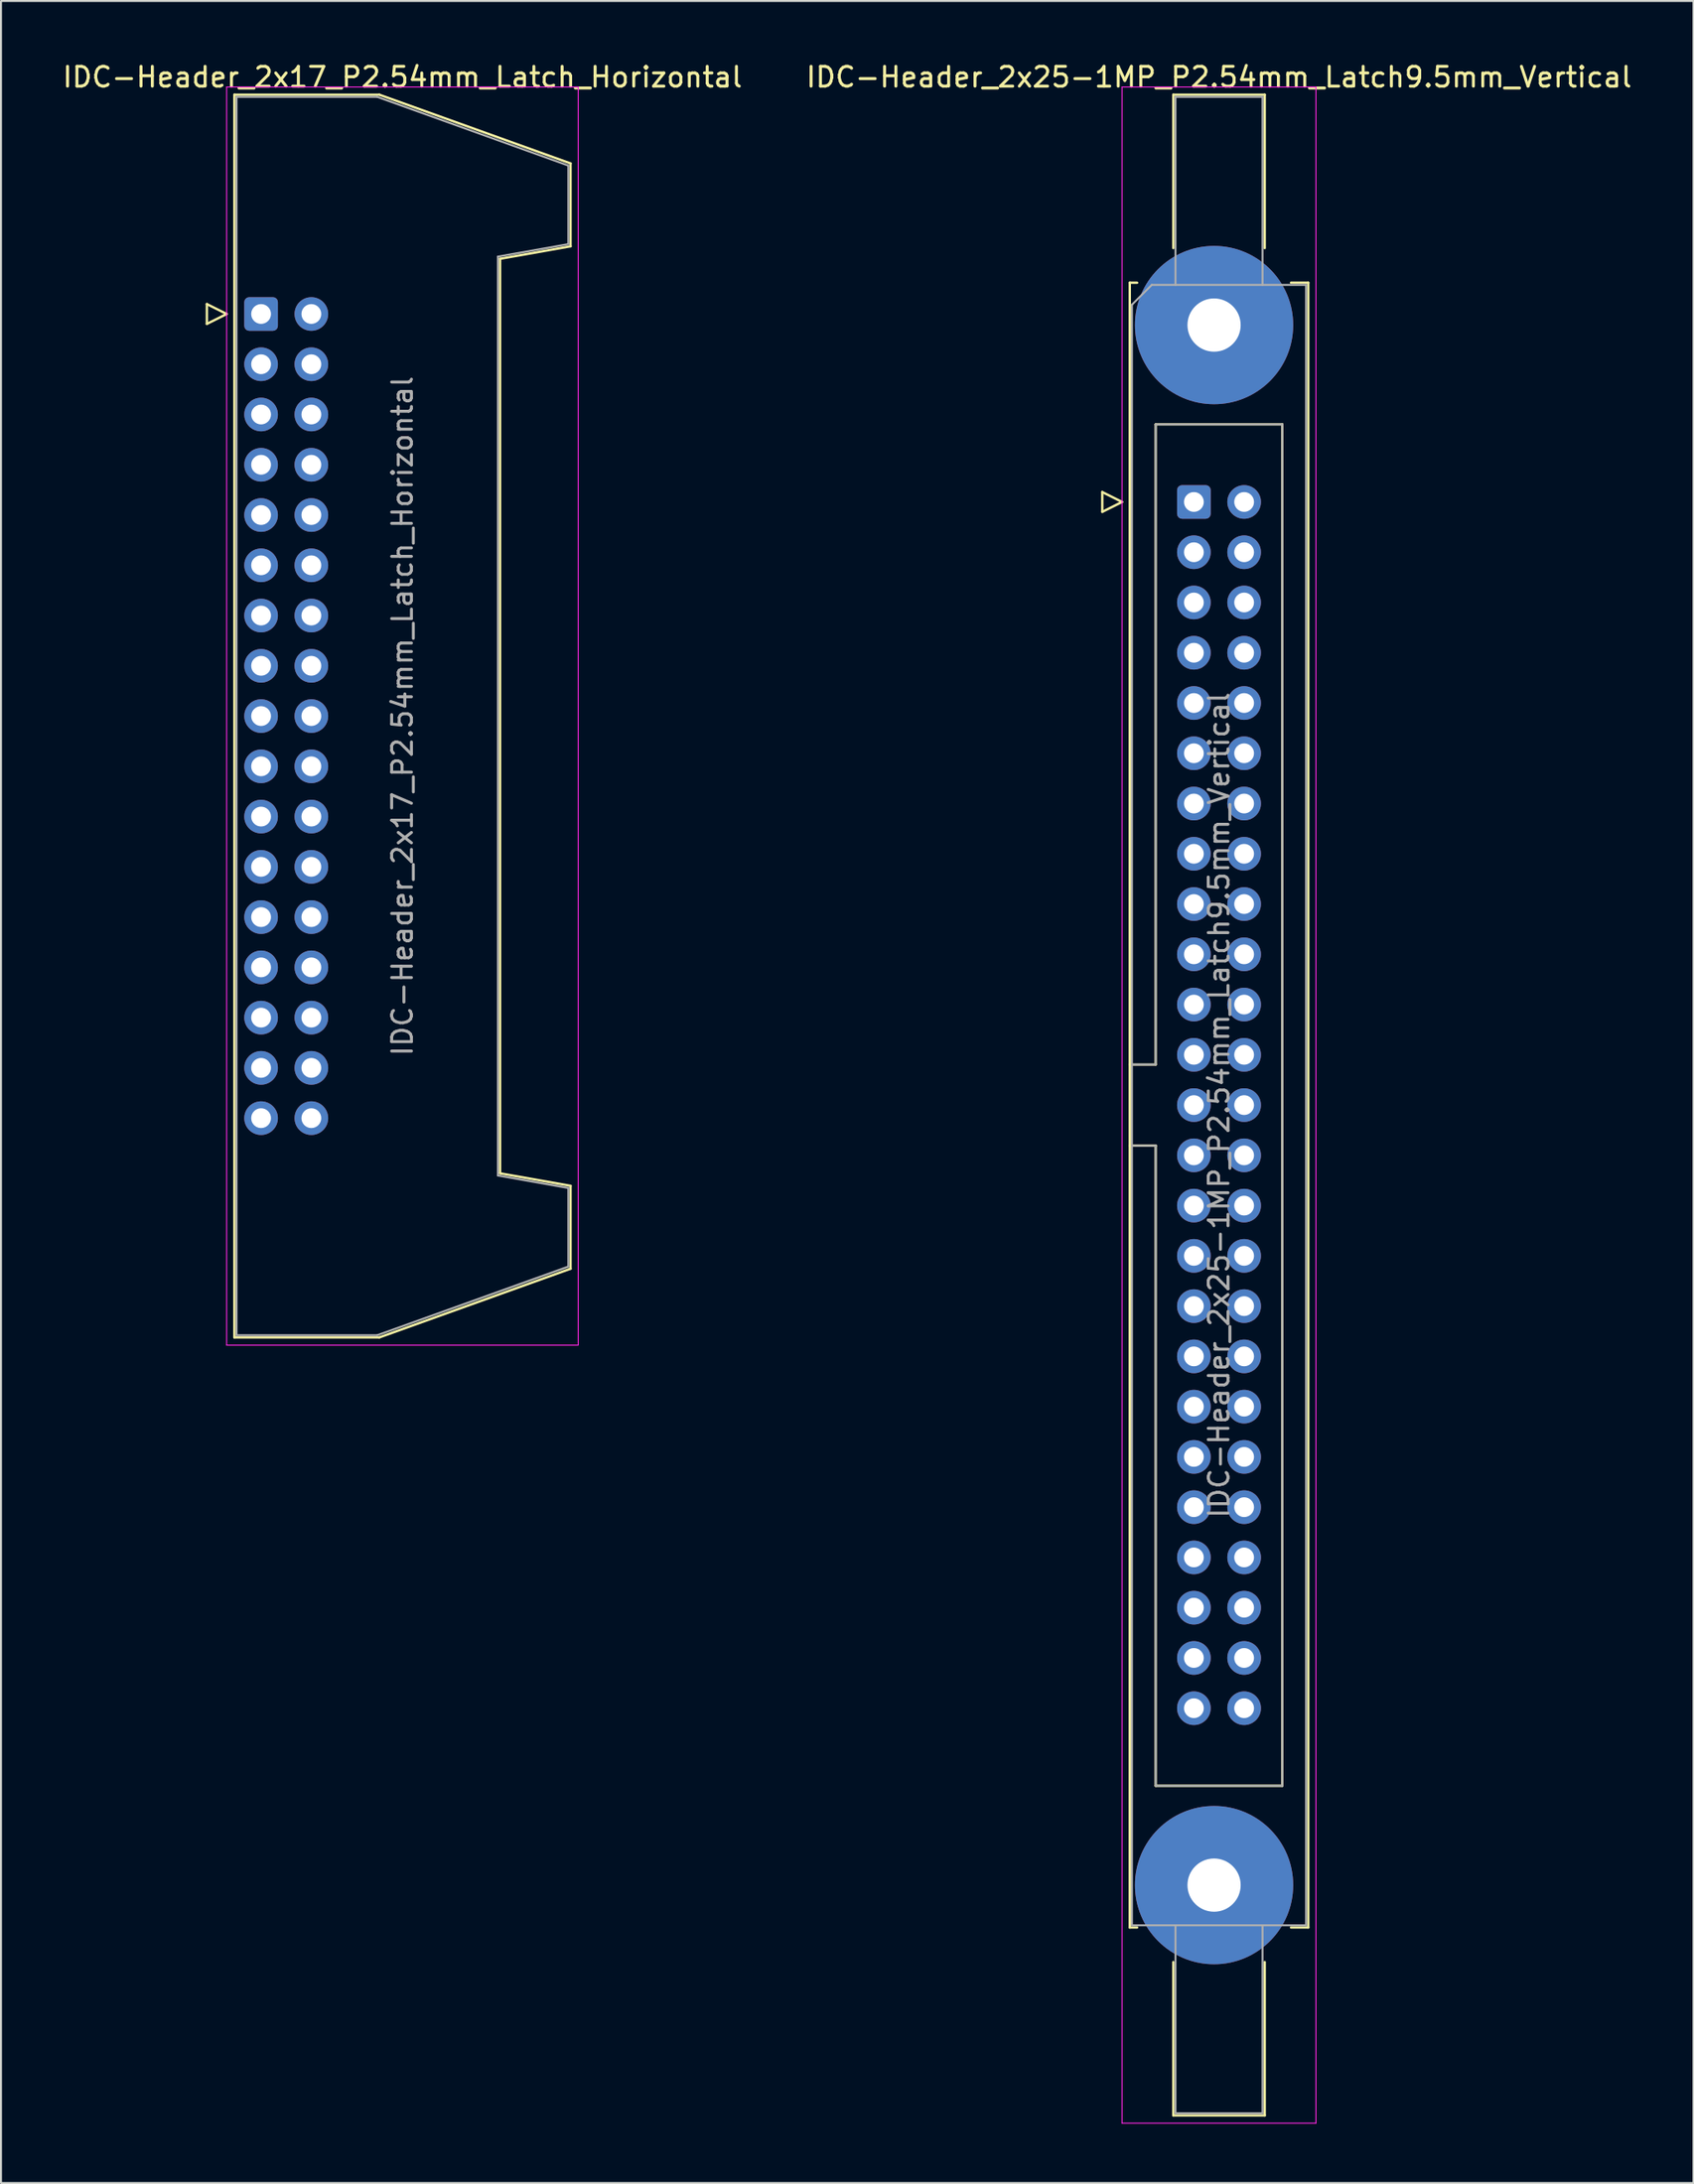
<source format=kicad_pcb>
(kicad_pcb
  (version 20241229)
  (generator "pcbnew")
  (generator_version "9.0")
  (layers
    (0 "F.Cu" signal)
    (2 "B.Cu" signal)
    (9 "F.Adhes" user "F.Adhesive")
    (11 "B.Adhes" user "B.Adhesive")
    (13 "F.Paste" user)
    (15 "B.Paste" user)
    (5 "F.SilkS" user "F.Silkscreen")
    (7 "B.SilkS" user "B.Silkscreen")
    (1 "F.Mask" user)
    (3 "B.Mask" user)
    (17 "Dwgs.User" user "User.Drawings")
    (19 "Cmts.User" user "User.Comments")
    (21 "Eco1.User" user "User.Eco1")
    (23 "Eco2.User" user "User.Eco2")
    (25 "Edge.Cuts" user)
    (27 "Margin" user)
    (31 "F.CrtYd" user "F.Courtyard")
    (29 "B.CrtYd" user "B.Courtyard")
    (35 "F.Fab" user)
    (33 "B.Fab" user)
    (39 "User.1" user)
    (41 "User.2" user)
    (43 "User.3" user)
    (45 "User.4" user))
  (footprint "IDC-Header_2x25-1MP_P2.54mm_Latch9.5mm_Vertical"
    (layer "F.Cu")
    (at 57.295 22.318)
    (property "Reference" "IDC-Header_2x25-1MP_P2.54mm_Latch9.5mm_Vertical" (at 1.27 -21.47 0) (layer "F.SilkS") (effects (font (size 1 1) (thickness 0.15))))
    (attr through_hole)
    (fp_line (start -4.63 -0.5) (end -4.63 0.5) (stroke (width 0.12) (type solid)) (layer "F.SilkS"))
    (fp_line (start -4.63 0.5) (end -3.63 0) (stroke (width 0.12) (type solid)) (layer "F.SilkS"))
    (fp_line (start -3.63 0) (end -4.63 -0.5) (stroke (width 0.12) (type solid)) (layer "F.SilkS"))
    (fp_line (start -3.24 -11.08) (end -3.24 72.04) (stroke (width 0.12) (type solid)) (layer "F.SilkS"))
    (fp_line (start -3.24 28.43) (end -1.93 28.43) (stroke (width 0.12) (type solid)) (layer "F.SilkS"))
    (fp_line (start -3.24 72.04) (end -2.87 72.04) (stroke (width 0.12) (type solid)) (layer "F.SilkS"))
    (fp_line (start -2.87 -11.08) (end -3.24 -11.08) (stroke (width 0.12) (type solid)) (layer "F.SilkS"))
    (fp_line (start -1.93 -3.92) (end 4.47 -3.92) (stroke (width 0.12) (type solid)) (layer "F.SilkS"))
    (fp_line (start -1.93 28.43) (end -1.93 -3.92) (stroke (width 0.12) (type solid)) (layer "F.SilkS"))
    (fp_line (start -1.93 32.53) (end -3.24 32.53) (stroke (width 0.12) (type solid)) (layer "F.SilkS"))
    (fp_line (start -1.93 32.53) (end -1.93 32.53) (stroke (width 0.12) (type solid)) (layer "F.SilkS"))
    (fp_line (start -1.93 64.88) (end -1.93 32.53) (stroke (width 0.12) (type solid)) (layer "F.SilkS"))
    (fp_line (start -1.04 -20.58) (end 3.58 -20.58) (stroke (width 0.12) (type solid)) (layer "F.SilkS"))
    (fp_line (start -1.04 -12.83) (end -1.04 -20.58) (stroke (width 0.12) (type solid)) (layer "F.SilkS"))
    (fp_line (start -1.04 73.79) (end -1.04 81.54) (stroke (width 0.12) (type solid)) (layer "F.SilkS"))
    (fp_line (start -1.04 81.54) (end 3.58 81.54) (stroke (width 0.12) (type solid)) (layer "F.SilkS"))
    (fp_line (start 3.58 -20.58) (end 3.58 -12.83) (stroke (width 0.12) (type solid)) (layer "F.SilkS"))
    (fp_line (start 3.58 81.54) (end 3.58 73.79) (stroke (width 0.12) (type solid)) (layer "F.SilkS"))
    (fp_line (start 4.47 -3.92) (end 4.47 64.88) (stroke (width 0.12) (type solid)) (layer "F.SilkS"))
    (fp_line (start 4.47 64.88) (end -1.93 64.88) (stroke (width 0.12) (type solid)) (layer "F.SilkS"))
    (fp_line (start 4.91 -11.08) (end 5.78 -11.08) (stroke (width 0.12) (type solid)) (layer "F.SilkS"))
    (fp_line (start 5.78 -11.08) (end 5.78 72.04) (stroke (width 0.12) (type solid)) (layer "F.SilkS"))
    (fp_line (start 5.78 72.04) (end 4.91 72.04) (stroke (width 0.12) (type solid)) (layer "F.SilkS"))
    (fp_line (start -3.63 -20.97) (end -3.63 81.93) (stroke (width 0.05) (type solid)) (layer "F.CrtYd"))
    (fp_line (start -3.63 81.93) (end 6.17 81.93) (stroke (width 0.05) (type solid)) (layer "F.CrtYd"))
    (fp_line (start 6.17 -20.97) (end -3.63 -20.97) (stroke (width 0.05) (type solid)) (layer "F.CrtYd"))
    (fp_line (start 6.17 81.93) (end 6.17 -20.97) (stroke (width 0.05) (type solid)) (layer "F.CrtYd"))
    (fp_line (start -3.13 -9.97) (end -2.13 -10.97) (stroke (width 0.1) (type solid)) (layer "F.Fab"))
    (fp_line (start -3.13 28.43) (end -1.93 28.43) (stroke (width 0.1) (type solid)) (layer "F.Fab"))
    (fp_line (start -3.13 71.93) (end -3.13 -9.97) (stroke (width 0.1) (type solid)) (layer "F.Fab"))
    (fp_line (start -2.13 -10.97) (end 5.67 -10.97) (stroke (width 0.1) (type solid)) (layer "F.Fab"))
    (fp_line (start -1.93 -3.92) (end 4.47 -3.92) (stroke (width 0.1) (type solid)) (layer "F.Fab"))
    (fp_line (start -1.93 28.43) (end -1.93 -3.92) (stroke (width 0.1) (type solid)) (layer "F.Fab"))
    (fp_line (start -1.93 32.53) (end -3.13 32.53) (stroke (width 0.1) (type solid)) (layer "F.Fab"))
    (fp_line (start -1.93 32.53) (end -1.93 32.53) (stroke (width 0.1) (type solid)) (layer "F.Fab"))
    (fp_line (start -1.93 64.88) (end -1.93 32.53) (stroke (width 0.1) (type solid)) (layer "F.Fab"))
    (fp_line (start -0.93 -20.47) (end 3.47 -20.47) (stroke (width 0.1) (type solid)) (layer "F.Fab"))
    (fp_line (start -0.93 -10.97) (end -0.93 -20.47) (stroke (width 0.1) (type solid)) (layer "F.Fab"))
    (fp_line (start -0.93 71.93) (end -0.93 81.43) (stroke (width 0.1) (type solid)) (layer "F.Fab"))
    (fp_line (start -0.93 81.43) (end 3.47 81.43) (stroke (width 0.1) (type solid)) (layer "F.Fab"))
    (fp_line (start 3.47 -20.47) (end 3.47 -10.97) (stroke (width 0.1) (type solid)) (layer "F.Fab"))
    (fp_line (start 3.47 81.43) (end 3.47 71.93) (stroke (width 0.1) (type solid)) (layer "F.Fab"))
    (fp_line (start 4.47 -3.92) (end 4.47 64.88) (stroke (width 0.1) (type solid)) (layer "F.Fab"))
    (fp_line (start 4.47 64.88) (end -1.93 64.88) (stroke (width 0.1) (type solid)) (layer "F.Fab"))
    (fp_line (start 5.67 -10.97) (end 5.67 71.93) (stroke (width 0.1) (type solid)) (layer "F.Fab"))
    (fp_line (start 5.67 71.93) (end -3.13 71.93) (stroke (width 0.1) (type solid)) (layer "F.Fab"))
    (fp_text user "${REFERENCE}" (at 1.27 30.48 90) (layer "F.Fab") (effects (font (size 1 1) (thickness 0.15))))
    (pad "1" thru_hole roundrect (at 0 0) (size 1.7 1.7) (drill 1) (layers "*.Cu" "*.Mask") (roundrect_rratio 0.147))
    (pad "2" thru_hole circle (at 2.54 0) (size 1.7 1.7) (drill 1) (layers "*.Cu" "*.Mask"))
    (pad "3" thru_hole circle (at 0 2.54) (size 1.7 1.7) (drill 1) (layers "*.Cu" "*.Mask"))
    (pad "4" thru_hole circle (at 2.54 2.54) (size 1.7 1.7) (drill 1) (layers "*.Cu" "*.Mask"))
    (pad "5" thru_hole circle (at 0 5.08) (size 1.7 1.7) (drill 1) (layers "*.Cu" "*.Mask"))
    (pad "6" thru_hole circle (at 2.54 5.08) (size 1.7 1.7) (drill 1) (layers "*.Cu" "*.Mask"))
    (pad "7" thru_hole circle (at 0 7.62) (size 1.7 1.7) (drill 1) (layers "*.Cu" "*.Mask"))
    (pad "8" thru_hole circle (at 2.54 7.62) (size 1.7 1.7) (drill 1) (layers "*.Cu" "*.Mask"))
    (pad "9" thru_hole circle (at 0 10.16) (size 1.7 1.7) (drill 1) (layers "*.Cu" "*.Mask"))
    (pad "10" thru_hole circle (at 2.54 10.16) (size 1.7 1.7) (drill 1) (layers "*.Cu" "*.Mask"))
    (pad "11" thru_hole circle (at 0 12.7) (size 1.7 1.7) (drill 1) (layers "*.Cu" "*.Mask"))
    (pad "12" thru_hole circle (at 2.54 12.7) (size 1.7 1.7) (drill 1) (layers "*.Cu" "*.Mask"))
    (pad "13" thru_hole circle (at 0 15.24) (size 1.7 1.7) (drill 1) (layers "*.Cu" "*.Mask"))
    (pad "14" thru_hole circle (at 2.54 15.24) (size 1.7 1.7) (drill 1) (layers "*.Cu" "*.Mask"))
    (pad "15" thru_hole circle (at 0 17.78) (size 1.7 1.7) (drill 1) (layers "*.Cu" "*.Mask"))
    (pad "16" thru_hole circle (at 2.54 17.78) (size 1.7 1.7) (drill 1) (layers "*.Cu" "*.Mask"))
    (pad "17" thru_hole circle (at 0 20.32) (size 1.7 1.7) (drill 1) (layers "*.Cu" "*.Mask"))
    (pad "18" thru_hole circle (at 2.54 20.32) (size 1.7 1.7) (drill 1) (layers "*.Cu" "*.Mask"))
    (pad "19" thru_hole circle (at 0 22.86) (size 1.7 1.7) (drill 1) (layers "*.Cu" "*.Mask"))
    (pad "20" thru_hole circle (at 2.54 22.86) (size 1.7 1.7) (drill 1) (layers "*.Cu" "*.Mask"))
    (pad "21" thru_hole circle (at 0 25.4) (size 1.7 1.7) (drill 1) (layers "*.Cu" "*.Mask"))
    (pad "22" thru_hole circle (at 2.54 25.4) (size 1.7 1.7) (drill 1) (layers "*.Cu" "*.Mask"))
    (pad "23" thru_hole circle (at 0 27.94) (size 1.7 1.7) (drill 1) (layers "*.Cu" "*.Mask"))
    (pad "24" thru_hole circle (at 2.54 27.94) (size 1.7 1.7) (drill 1) (layers "*.Cu" "*.Mask"))
    (pad "25" thru_hole circle (at 0 30.48) (size 1.7 1.7) (drill 1) (layers "*.Cu" "*.Mask"))
    (pad "26" thru_hole circle (at 2.54 30.48) (size 1.7 1.7) (drill 1) (layers "*.Cu" "*.Mask"))
    (pad "27" thru_hole circle (at 0 33.02) (size 1.7 1.7) (drill 1) (layers "*.Cu" "*.Mask"))
    (pad "28" thru_hole circle (at 2.54 33.02) (size 1.7 1.7) (drill 1) (layers "*.Cu" "*.Mask"))
    (pad "29" thru_hole circle (at 0 35.56) (size 1.7 1.7) (drill 1) (layers "*.Cu" "*.Mask"))
    (pad "30" thru_hole circle (at 2.54 35.56) (size 1.7 1.7) (drill 1) (layers "*.Cu" "*.Mask"))
    (pad "31" thru_hole circle (at 0 38.1) (size 1.7 1.7) (drill 1) (layers "*.Cu" "*.Mask"))
    (pad "32" thru_hole circle (at 2.54 38.1) (size 1.7 1.7) (drill 1) (layers "*.Cu" "*.Mask"))
    (pad "33" thru_hole circle (at 0 40.64) (size 1.7 1.7) (drill 1) (layers "*.Cu" "*.Mask"))
    (pad "34" thru_hole circle (at 2.54 40.64) (size 1.7 1.7) (drill 1) (layers "*.Cu" "*.Mask"))
    (pad "35" thru_hole circle (at 0 43.18) (size 1.7 1.7) (drill 1) (layers "*.Cu" "*.Mask"))
    (pad "36" thru_hole circle (at 2.54 43.18) (size 1.7 1.7) (drill 1) (layers "*.Cu" "*.Mask"))
    (pad "37" thru_hole circle (at 0 45.72) (size 1.7 1.7) (drill 1) (layers "*.Cu" "*.Mask"))
    (pad "38" thru_hole circle (at 2.54 45.72) (size 1.7 1.7) (drill 1) (layers "*.Cu" "*.Mask"))
    (pad "39" thru_hole circle (at 0 48.26) (size 1.7 1.7) (drill 1) (layers "*.Cu" "*.Mask"))
    (pad "40" thru_hole circle (at 2.54 48.26) (size 1.7 1.7) (drill 1) (layers "*.Cu" "*.Mask"))
    (pad "41" thru_hole circle (at 0 50.8) (size 1.7 1.7) (drill 1) (layers "*.Cu" "*.Mask"))
    (pad "42" thru_hole circle (at 2.54 50.8) (size 1.7 1.7) (drill 1) (layers "*.Cu" "*.Mask"))
    (pad "43" thru_hole circle (at 0 53.34) (size 1.7 1.7) (drill 1) (layers "*.Cu" "*.Mask"))
    (pad "44" thru_hole circle (at 2.54 53.34) (size 1.7 1.7) (drill 1) (layers "*.Cu" "*.Mask"))
    (pad "45" thru_hole circle (at 0 55.88) (size 1.7 1.7) (drill 1) (layers "*.Cu" "*.Mask"))
    (pad "46" thru_hole circle (at 2.54 55.88) (size 1.7 1.7) (drill 1) (layers "*.Cu" "*.Mask"))
    (pad "47" thru_hole circle (at 0 58.42) (size 1.7 1.7) (drill 1) (layers "*.Cu" "*.Mask"))
    (pad "48" thru_hole circle (at 2.54 58.42) (size 1.7 1.7) (drill 1) (layers "*.Cu" "*.Mask"))
    (pad "49" thru_hole circle (at 0 60.96) (size 1.7 1.7) (drill 1) (layers "*.Cu" "*.Mask"))
    (pad "50" thru_hole circle (at 2.54 60.96) (size 1.7 1.7) (drill 1) (layers "*.Cu" "*.Mask"))
    (pad "MP" thru_hole circle (at 1.02 -8.94) (size 8 8) (drill 2.69) (layers "*.Cu" "*.Mask"))
    (pad "MP" thru_hole circle (at 1.02 69.9) (size 8 8) (drill 2.69) (layers "*.Cu" "*.Mask")))
  (footprint "IDC-Header_2x17_P2.54mm_Latch_Horizontal"
    (layer "F.Cu")
    (at 10.147 12.818)
    (property "Reference" "IDC-Header_2x17_P2.54mm_Latch_Horizontal" (at 7.145 -11.97 0) (layer "F.SilkS") (effects (font (size 1 1) (thickness 0.15))))
    (attr through_hole)
    (fp_line (start -2.74 -0.5) (end -2.74 0.5) (stroke (width 0.12) (type solid)) (layer "F.SilkS"))
    (fp_line (start -2.74 0.5) (end -1.74 0) (stroke (width 0.12) (type solid)) (layer "F.SilkS"))
    (fp_line (start -1.74 0) (end -2.74 -0.5) (stroke (width 0.12) (type solid)) (layer "F.SilkS"))
    (fp_line (start -1.35 -11.08) (end 5.98 -11.08) (stroke (width 0.12) (type solid)) (layer "F.SilkS"))
    (fp_line (start -1.35 51.72) (end -1.35 -11.08) (stroke (width 0.12) (type solid)) (layer "F.SilkS"))
    (fp_line (start 5.98 -11.08) (end 15.64 -7.61) (stroke (width 0.12) (type solid)) (layer "F.SilkS"))
    (fp_line (start 5.98 51.72) (end -1.35 51.72) (stroke (width 0.12) (type solid)) (layer "F.SilkS"))
    (fp_line (start 12.08 -2.79) (end 12.08 43.43) (stroke (width 0.12) (type solid)) (layer "F.SilkS"))
    (fp_line (start 12.08 43.43) (end 15.64 44.06) (stroke (width 0.12) (type solid)) (layer "F.SilkS"))
    (fp_line (start 15.64 -7.61) (end 15.64 -3.42) (stroke (width 0.12) (type solid)) (layer "F.SilkS"))
    (fp_line (start 15.64 -3.42) (end 12.08 -2.79) (stroke (width 0.12) (type solid)) (layer "F.SilkS"))
    (fp_line (start 15.64 44.06) (end 15.64 48.25) (stroke (width 0.12) (type solid)) (layer "F.SilkS"))
    (fp_line (start 15.64 48.25) (end 5.98 51.72) (stroke (width 0.12) (type solid)) (layer "F.SilkS"))
    (fp_line (start -1.74 -11.47) (end -1.74 52.11) (stroke (width 0.05) (type solid)) (layer "F.CrtYd"))
    (fp_line (start -1.74 52.11) (end 16.03 52.11) (stroke (width 0.05) (type solid)) (layer "F.CrtYd"))
    (fp_line (start 16.03 -11.47) (end -1.74 -11.47) (stroke (width 0.05) (type solid)) (layer "F.CrtYd"))
    (fp_line (start 16.03 52.11) (end 16.03 -11.47) (stroke (width 0.05) (type solid)) (layer "F.CrtYd"))
    (fp_line (start -1.24 -10.97) (end 5.87 -10.97) (stroke (width 0.1) (type solid)) (layer "F.Fab"))
    (fp_line (start -1.24 51.61) (end -1.24 -10.97) (stroke (width 0.1) (type solid)) (layer "F.Fab"))
    (fp_line (start 5.87 -10.97) (end 15.53 -7.5) (stroke (width 0.1) (type solid)) (layer "F.Fab"))
    (fp_line (start 5.87 51.61) (end -1.24 51.61) (stroke (width 0.1) (type solid)) (layer "F.Fab"))
    (fp_line (start 11.97 -2.9) (end 11.97 43.54) (stroke (width 0.1) (type solid)) (layer "F.Fab"))
    (fp_line (start 11.97 43.54) (end 15.53 44.17) (stroke (width 0.1) (type solid)) (layer "F.Fab"))
    (fp_line (start 15.53 -7.5) (end 15.53 -3.53) (stroke (width 0.1) (type solid)) (layer "F.Fab"))
    (fp_line (start 15.53 -3.53) (end 11.97 -2.9) (stroke (width 0.1) (type solid)) (layer "F.Fab"))
    (fp_line (start 15.53 44.17) (end 15.53 48.14) (stroke (width 0.1) (type solid)) (layer "F.Fab"))
    (fp_line (start 15.53 48.14) (end 5.87 51.61) (stroke (width 0.1) (type solid)) (layer "F.Fab"))
    (fp_text user "${REFERENCE}" (at 7.145 20.32 90) (layer "F.Fab") (effects (font (size 1 1) (thickness 0.15))))
    (pad "1" thru_hole roundrect (at 0 0) (size 1.7 1.7) (drill 1) (layers "*.Cu" "*.Mask") (roundrect_rratio 0.147))
    (pad "2" thru_hole circle (at 2.54 0) (size 1.7 1.7) (drill 1) (layers "*.Cu" "*.Mask"))
    (pad "3" thru_hole circle (at 0 2.54) (size 1.7 1.7) (drill 1) (layers "*.Cu" "*.Mask"))
    (pad "4" thru_hole circle (at 2.54 2.54) (size 1.7 1.7) (drill 1) (layers "*.Cu" "*.Mask"))
    (pad "5" thru_hole circle (at 0 5.08) (size 1.7 1.7) (drill 1) (layers "*.Cu" "*.Mask"))
    (pad "6" thru_hole circle (at 2.54 5.08) (size 1.7 1.7) (drill 1) (layers "*.Cu" "*.Mask"))
    (pad "7" thru_hole circle (at 0 7.62) (size 1.7 1.7) (drill 1) (layers "*.Cu" "*.Mask"))
    (pad "8" thru_hole circle (at 2.54 7.62) (size 1.7 1.7) (drill 1) (layers "*.Cu" "*.Mask"))
    (pad "9" thru_hole circle (at 0 10.16) (size 1.7 1.7) (drill 1) (layers "*.Cu" "*.Mask"))
    (pad "10" thru_hole circle (at 2.54 10.16) (size 1.7 1.7) (drill 1) (layers "*.Cu" "*.Mask"))
    (pad "11" thru_hole circle (at 0 12.7) (size 1.7 1.7) (drill 1) (layers "*.Cu" "*.Mask"))
    (pad "12" thru_hole circle (at 2.54 12.7) (size 1.7 1.7) (drill 1) (layers "*.Cu" "*.Mask"))
    (pad "13" thru_hole circle (at 0 15.24) (size 1.7 1.7) (drill 1) (layers "*.Cu" "*.Mask"))
    (pad "14" thru_hole circle (at 2.54 15.24) (size 1.7 1.7) (drill 1) (layers "*.Cu" "*.Mask"))
    (pad "15" thru_hole circle (at 0 17.78) (size 1.7 1.7) (drill 1) (layers "*.Cu" "*.Mask"))
    (pad "16" thru_hole circle (at 2.54 17.78) (size 1.7 1.7) (drill 1) (layers "*.Cu" "*.Mask"))
    (pad "17" thru_hole circle (at 0 20.32) (size 1.7 1.7) (drill 1) (layers "*.Cu" "*.Mask"))
    (pad "18" thru_hole circle (at 2.54 20.32) (size 1.7 1.7) (drill 1) (layers "*.Cu" "*.Mask"))
    (pad "19" thru_hole circle (at 0 22.86) (size 1.7 1.7) (drill 1) (layers "*.Cu" "*.Mask"))
    (pad "20" thru_hole circle (at 2.54 22.86) (size 1.7 1.7) (drill 1) (layers "*.Cu" "*.Mask"))
    (pad "21" thru_hole circle (at 0 25.4) (size 1.7 1.7) (drill 1) (layers "*.Cu" "*.Mask"))
    (pad "22" thru_hole circle (at 2.54 25.4) (size 1.7 1.7) (drill 1) (layers "*.Cu" "*.Mask"))
    (pad "23" thru_hole circle (at 0 27.94) (size 1.7 1.7) (drill 1) (layers "*.Cu" "*.Mask"))
    (pad "24" thru_hole circle (at 2.54 27.94) (size 1.7 1.7) (drill 1) (layers "*.Cu" "*.Mask"))
    (pad "25" thru_hole circle (at 0 30.48) (size 1.7 1.7) (drill 1) (layers "*.Cu" "*.Mask"))
    (pad "26" thru_hole circle (at 2.54 30.48) (size 1.7 1.7) (drill 1) (layers "*.Cu" "*.Mask"))
    (pad "27" thru_hole circle (at 0 33.02) (size 1.7 1.7) (drill 1) (layers "*.Cu" "*.Mask"))
    (pad "28" thru_hole circle (at 2.54 33.02) (size 1.7 1.7) (drill 1) (layers "*.Cu" "*.Mask"))
    (pad "29" thru_hole circle (at 0 35.56) (size 1.7 1.7) (drill 1) (layers "*.Cu" "*.Mask"))
    (pad "30" thru_hole circle (at 2.54 35.56) (size 1.7 1.7) (drill 1) (layers "*.Cu" "*.Mask"))
    (pad "31" thru_hole circle (at 0 38.1) (size 1.7 1.7) (drill 1) (layers "*.Cu" "*.Mask"))
    (pad "32" thru_hole circle (at 2.54 38.1) (size 1.7 1.7) (drill 1) (layers "*.Cu" "*.Mask"))
    (pad "33" thru_hole circle (at 0 40.64) (size 1.7 1.7) (drill 1) (layers "*.Cu" "*.Mask"))
    (pad "34" thru_hole circle (at 2.54 40.64) (size 1.7 1.7) (drill 1) (layers "*.Cu" "*.Mask")))
  (gr_rect
    (start -3 -3)
    (end 82.548 107.273)
    (stroke (width 0.1) (type default))
    (fill no)
    (layer "Edge.Cuts")))
</source>
